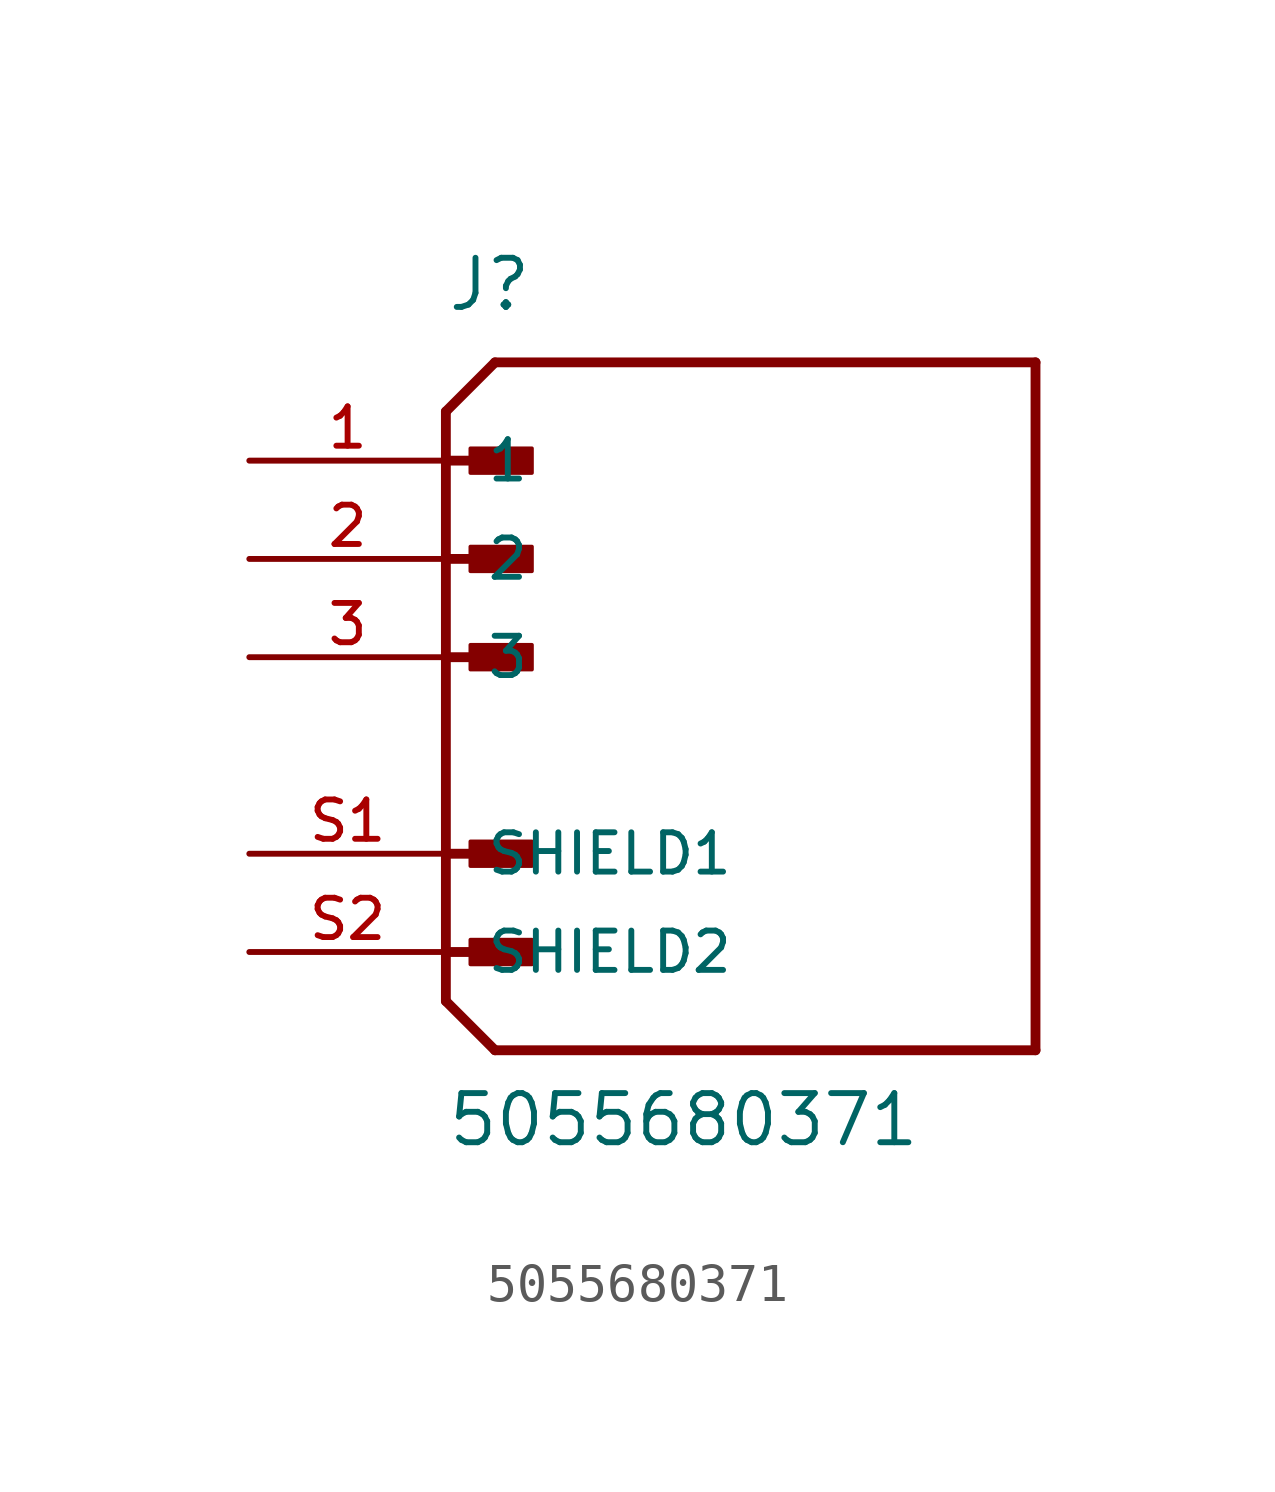
<source format=kicad_sym>
(kicad_symbol_lib
  (version 20211014)
  (generator kicad_symbol_editor)
  (symbol "5055680371"
    (pin_names
      (offset 1.016))
    (property "Reference" "J"
      (at -7.62 8.89 0)
      (effects (font (size 1.27 1.27)) (justify bottom left)))
    (property "Value" "5055680371"
      (at -7.62 -12.7 0)
      (effects (font (size 1.27 1.27)) (justify bottom left)))
    (symbol "5055680371_0_0"
      (polyline (pts (xy -7.62 6.35) (xy -6.35 7.62)) (stroke (width 0.254)))
      (polyline (pts (xy -7.62 6.35) (xy -7.62 5.08)) (stroke (width 0.254)))
      (polyline (pts (xy -7.62 5.08) (xy -7.62 -8.89)) (stroke (width 0.254)))
      (polyline (pts (xy -7.62 -8.89) (xy -6.35 -10.16)) (stroke (width 0.254)))
      (polyline (pts (xy -6.35 -10.16) (xy 7.62 -10.16)) (stroke (width 0.254)))
      (polyline (pts (xy 7.62 -10.16) (xy 7.62 7.62)) (stroke (width 0.254)))
      (polyline (pts (xy 7.62 7.62) (xy -6.35 7.62)) (stroke (width 0.254)))
      (polyline (pts (xy -7.62 5.08) (xy -5.715 5.08)) (stroke (width 0.254)))
      (rectangle (start -6.985 4.763) (end -5.397 5.397) (stroke (width 0.1)) (fill (type outline)))
      (polyline (pts (xy -7.62 2.54) (xy -5.715 2.54)) (stroke (width 0.254)))
      (rectangle (start -6.985 2.223) (end -5.397 2.857) (stroke (width 0.1)) (fill (type outline)))
      (polyline (pts (xy -7.62 0.0) (xy -5.715 0.0)) (stroke (width 0.254)))
      (rectangle (start -6.985 -0.318) (end -5.397 0.318) (stroke (width 0.1)) (fill (type outline)))
      (polyline (pts (xy -7.62 -5.08) (xy -5.715 -5.08)) (stroke (width 0.254)))
      (rectangle (start -6.985 -5.397) (end -5.397 -4.763) (stroke (width 0.1)) (fill (type outline)))
      (polyline (pts (xy -7.62 -7.62) (xy -5.715 -7.62)) (stroke (width 0.254)))
      (rectangle (start -6.985 -7.938) (end -5.397 -7.303) (stroke (width 0.1)) (fill (type outline)))
      (pin passive line (at -12.7 5.08 0) (length 5.08) (name "1" (effects (font (size 1.016 1.016)))) (number "1" (effects (font (size 1.016 1.016)))))
      (pin passive line (at -12.7 2.54 0) (length 5.08) (name "2" (effects (font (size 1.016 1.016)))) (number "2" (effects (font (size 1.016 1.016)))))
      (pin passive line (at -12.7 0.0 0) (length 5.08) (name "3" (effects (font (size 1.016 1.016)))) (number "3" (effects (font (size 1.016 1.016)))))
      (pin passive line (at -12.7 -5.08 0) (length 5.08) (name "SHIELD1" (effects (font (size 1.016 1.016)))) (number "S1" (effects (font (size 1.016 1.016)))))
      (pin passive line (at -12.7 -7.62 0) (length 5.08) (name "SHIELD2" (effects (font (size 1.016 1.016)))) (number "S2" (effects (font (size 1.016 1.016))))))))
</source>
